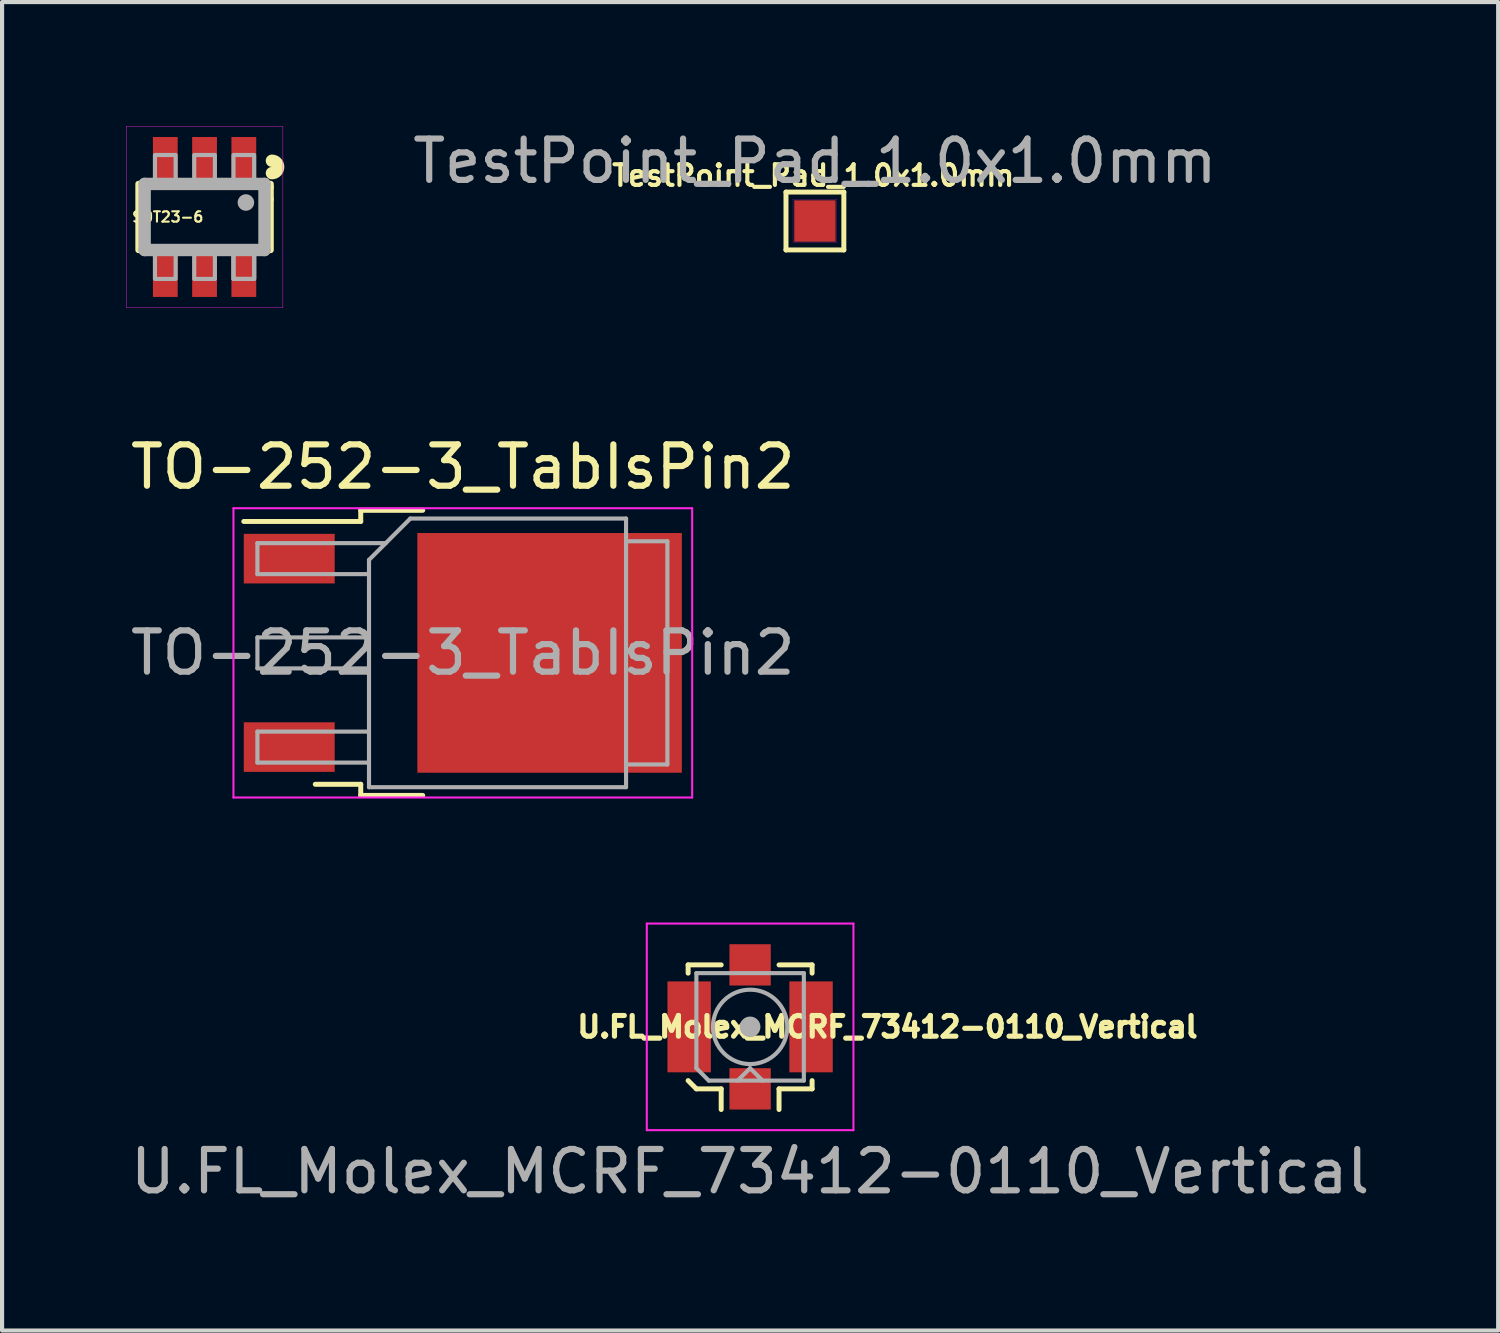
<source format=kicad_pcb>
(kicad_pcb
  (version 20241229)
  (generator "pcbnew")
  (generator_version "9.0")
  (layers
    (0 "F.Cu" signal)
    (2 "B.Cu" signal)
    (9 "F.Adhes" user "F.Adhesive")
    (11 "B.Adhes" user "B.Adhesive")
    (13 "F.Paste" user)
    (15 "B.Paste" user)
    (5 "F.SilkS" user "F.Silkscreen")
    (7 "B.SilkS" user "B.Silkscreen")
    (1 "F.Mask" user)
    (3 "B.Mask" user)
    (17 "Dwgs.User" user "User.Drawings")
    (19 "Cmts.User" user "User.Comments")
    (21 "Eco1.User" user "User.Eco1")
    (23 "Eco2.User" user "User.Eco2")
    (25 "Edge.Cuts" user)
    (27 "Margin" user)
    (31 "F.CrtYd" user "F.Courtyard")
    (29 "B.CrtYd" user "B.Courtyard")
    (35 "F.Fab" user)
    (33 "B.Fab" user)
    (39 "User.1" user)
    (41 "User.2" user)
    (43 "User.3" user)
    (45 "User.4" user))
  (footprint "TO-252-3_TabIsPin2"
    (layer "F.Cu")
    (at 8.149 12.748)
    (property "Reference" "TO-252-3_TabIsPin2" (at 0 -4.5 180) (layer "F.SilkS") (effects (font (size 1 1) (thickness 0.15))))
    (attr smd)
    (fp_line (start -2.47 -3.45) (end -2.47 -3.18) (stroke (width 0.12) (type solid)) (layer "F.SilkS"))
    (fp_line (start -2.47 -3.18) (end -5.3 -3.18) (stroke (width 0.12) (type solid)) (layer "F.SilkS"))
    (fp_line (start -2.47 3.18) (end -3.57 3.18) (stroke (width 0.12) (type solid)) (layer "F.SilkS"))
    (fp_line (start -2.47 3.45) (end -2.47 3.18) (stroke (width 0.12) (type solid)) (layer "F.SilkS"))
    (fp_line (start -0.97 -3.45) (end -2.47 -3.45) (stroke (width 0.12) (type solid)) (layer "F.SilkS"))
    (fp_line (start -0.97 3.45) (end -2.47 3.45) (stroke (width 0.12) (type solid)) (layer "F.SilkS"))
    (fp_line (start -5.55 -3.5) (end -5.55 3.5) (stroke (width 0.05) (type solid)) (layer "F.CrtYd"))
    (fp_line (start -5.55 3.5) (end 5.55 3.5) (stroke (width 0.05) (type solid)) (layer "F.CrtYd"))
    (fp_line (start 5.55 -3.5) (end -5.55 -3.5) (stroke (width 0.05) (type solid)) (layer "F.CrtYd"))
    (fp_line (start 5.55 3.5) (end 5.55 -3.5) (stroke (width 0.05) (type solid)) (layer "F.CrtYd"))
    (fp_line (start -4.97 -2.655) (end -4.97 -1.905) (stroke (width 0.1) (type solid)) (layer "F.Fab"))
    (fp_line (start -4.97 -1.905) (end -2.27 -1.905) (stroke (width 0.1) (type solid)) (layer "F.Fab"))
    (fp_line (start -4.97 -0.375) (end -4.97 0.375) (stroke (width 0.1) (type solid)) (layer "F.Fab"))
    (fp_line (start -4.97 0.375) (end -2.27 0.375) (stroke (width 0.1) (type solid)) (layer "F.Fab"))
    (fp_line (start -4.97 1.905) (end -4.97 2.655) (stroke (width 0.1) (type solid)) (layer "F.Fab"))
    (fp_line (start -4.97 2.655) (end -2.27 2.655) (stroke (width 0.1) (type solid)) (layer "F.Fab"))
    (fp_line (start -2.27 -2.25) (end -1.27 -3.25) (stroke (width 0.1) (type solid)) (layer "F.Fab"))
    (fp_line (start -2.27 -0.375) (end -4.97 -0.375) (stroke (width 0.1) (type solid)) (layer "F.Fab"))
    (fp_line (start -2.27 1.905) (end -4.97 1.905) (stroke (width 0.1) (type solid)) (layer "F.Fab"))
    (fp_line (start -2.27 3.25) (end -2.27 -2.25) (stroke (width 0.1) (type solid)) (layer "F.Fab"))
    (fp_line (start -1.865 -2.655) (end -4.97 -2.655) (stroke (width 0.1) (type solid)) (layer "F.Fab"))
    (fp_line (start -1.27 -3.25) (end 3.95 -3.25) (stroke (width 0.1) (type solid)) (layer "F.Fab"))
    (fp_line (start 3.95 -3.25) (end 3.95 3.25) (stroke (width 0.1) (type solid)) (layer "F.Fab"))
    (fp_line (start 3.95 -2.7) (end 4.95 -2.7) (stroke (width 0.1) (type solid)) (layer "F.Fab"))
    (fp_line (start 3.95 3.25) (end -2.27 3.25) (stroke (width 0.1) (type solid)) (layer "F.Fab"))
    (fp_line (start 4.95 -2.7) (end 4.95 2.7) (stroke (width 0.1) (type solid)) (layer "F.Fab"))
    (fp_line (start 4.95 2.7) (end 3.95 2.7) (stroke (width 0.1) (type solid)) (layer "F.Fab"))
    (fp_text user "${REFERENCE}" (at 0 0 180) (layer "F.Fab") (effects (font (size 1 1) (thickness 0.15))))
    (pad "" smd rect (at 0.425 -1.525) (size 3.05 2.75) (layers "F.Paste"))
    (pad "" smd rect (at 0.425 1.525) (size 3.05 2.75) (layers "F.Paste"))
    (pad "" smd rect (at 3.775 -1.525) (size 3.05 2.75) (layers "F.Paste"))
    (pad "" smd rect (at 3.775 1.525) (size 3.05 2.75) (layers "F.Paste"))
    (pad "1" smd rect (at -4.2 -2.28) (size 2.2 1.2) (layers "F.Cu" "F.Mask" "F.Paste"))
    (pad "2" smd rect (at 2.1 0) (size 6.4 5.8) (layers "F.Cu" "F.Mask"))
    (pad "3" smd rect (at -4.2 2.28) (size 2.2 1.2) (layers "F.Cu" "F.Mask" "F.Paste")))
  (footprint "TestPoint_Pad_1.0x1.0mm"
    (layer "F.Cu")
    (at 16.669 2.298)
    (property "Reference" "TestPoint_Pad_1.0x1.0mm" (at -0.04 -1.1 0) (layer "F.SilkS") (effects (font (size 0.5 0.5) (thickness 0.1))))
    (attr exclude_from_pos_files)
    (fp_line (start -0.7 -0.7) (end 0.7 -0.7) (stroke (width 0.12) (type solid)) (layer "F.SilkS"))
    (fp_line (start -0.7 0.7) (end -0.7 -0.7) (stroke (width 0.12) (type solid)) (layer "F.SilkS"))
    (fp_line (start 0.7 -0.7) (end 0.7 0.7) (stroke (width 0.12) (type solid)) (layer "F.SilkS"))
    (fp_line (start 0.7 0.7) (end -0.7 0.7) (stroke (width 0.12) (type solid)) (layer "F.SilkS"))
    (fp_line (start -0.53 -0.53) (end -0.53 0.53) (stroke (width 0.005) (type solid)) (layer "F.CrtYd"))
    (fp_line (start -0.53 -0.53) (end 0.53 -0.53) (stroke (width 0.005) (type solid)) (layer "F.CrtYd"))
    (fp_line (start 0.53 0.53) (end -0.53 0.53) (stroke (width 0.005) (type solid)) (layer "F.CrtYd"))
    (fp_line (start 0.53 0.53) (end 0.53 -0.53) (stroke (width 0.005) (type solid)) (layer "F.CrtYd"))
    (fp_text user "${REFERENCE}" (at 0 -1.45 0) (layer "F.Fab") (effects (font (size 1 1) (thickness 0.15))))
    (pad "1" smd rect (at 0 0) (size 1 1) (layers "F.Cu" "F.Mask")))
  (footprint "SOT23-6"
    (layer "F.Cu")
    (at 1.9 2.2)
    (property "Reference" "SOT23-6" (at 0 0 180) (layer "F.SilkS") (effects (font (size 0.25 0.25) (thickness 0.05)) (justify right)))
    (fp_poly (pts (xy -1.32 -0.755) (xy -0.58 -0.755) (xy -0.58 -1.945) (xy -1.32 -1.945)) (stroke (width 0) (type solid)) (fill yes) (layer "F.Mask"))
    (fp_poly (pts (xy -1.32 1.945) (xy -0.58 1.945) (xy -0.58 0.755) (xy -1.32 0.755)) (stroke (width 0) (type solid)) (fill yes) (layer "F.Mask"))
    (fp_poly (pts (xy -1.2 -0.8) (xy -0.7 -0.8) (xy -0.7 -1.5) (xy -1.2 -1.5)) (stroke (width 0) (type solid)) (fill yes) (layer "F.Mask"))
    (fp_poly (pts (xy -1.2 1.5) (xy -0.7 1.5) (xy -0.7 0.8) (xy -1.2 0.8)) (stroke (width 0) (type solid)) (fill yes) (layer "F.Mask"))
    (fp_poly (pts (xy -0.37 -0.755) (xy 0.37 -0.755) (xy 0.37 -1.945) (xy -0.37 -1.945)) (stroke (width 0) (type solid)) (fill yes) (layer "F.Mask"))
    (fp_poly (pts (xy -0.37 1.945) (xy 0.37 1.945) (xy 0.37 0.755) (xy -0.37 0.755)) (stroke (width 0) (type solid)) (fill yes) (layer "F.Mask"))
    (fp_poly (pts (xy -0.25 -0.8) (xy 0.25 -0.8) (xy 0.25 -1.5) (xy -0.25 -1.5)) (stroke (width 0) (type solid)) (fill yes) (layer "F.Mask"))
    (fp_poly (pts (xy -0.25 1.5) (xy 0.25 1.5) (xy 0.25 0.8) (xy -0.25 0.8)) (stroke (width 0) (type solid)) (fill yes) (layer "F.Mask"))
    (fp_poly (pts (xy 0.58 -0.755) (xy 1.32 -0.755) (xy 1.32 -1.945) (xy 0.58 -1.945)) (stroke (width 0) (type solid)) (fill yes) (layer "F.Mask"))
    (fp_poly (pts (xy 0.58 1.945) (xy 1.32 1.945) (xy 1.32 0.755) (xy 0.58 0.755)) (stroke (width 0) (type solid)) (fill yes) (layer "F.Mask"))
    (fp_poly (pts (xy 0.7 -0.8) (xy 1.2 -0.8) (xy 1.2 -1.5) (xy 0.7 -1.5)) (stroke (width 0) (type solid)) (fill yes) (layer "F.Mask"))
    (fp_poly (pts (xy 0.7 1.5) (xy 1.2 1.5) (xy 1.2 0.8) (xy 0.7 0.8)) (stroke (width 0) (type solid)) (fill yes) (layer "F.Mask"))
    (fp_line (start -1.6 0.8) (end -1.6 -0.8) (stroke (width 0.15) (type solid)) (layer "F.SilkS"))
    (fp_line (start 1.6 -0.8) (end 1.6 -0.725) (stroke (width 0.15) (type solid)) (layer "F.SilkS"))
    (fp_line (start 1.6 -0.725) (end 1.6 -0.425) (stroke (width 0.15) (type solid)) (layer "F.SilkS"))
    (fp_line (start 1.6 -0.425) (end 1.6 0.8) (stroke (width 0.15) (type solid)) (layer "F.SilkS"))
    (fp_arc (start 1.63 -1.36) (mid 1.78 -1.21) (end 1.63 -1.06) (stroke (width 0.3) (type solid)) (layer "F.SilkS"))
    (fp_poly (pts (xy -1.225 -0.85) (xy -0.675 -0.85) (xy -0.675 -1.85) (xy -1.225 -1.85)) (stroke (width 0) (type solid)) (fill yes) (layer "F.Paste"))
    (fp_poly (pts (xy -1.225 1.85) (xy -0.675 1.85) (xy -0.675 0.85) (xy -1.225 0.85)) (stroke (width 0) (type solid)) (fill yes) (layer "F.Paste"))
    (fp_poly (pts (xy -0.275 -0.85) (xy 0.275 -0.85) (xy 0.275 -1.85) (xy -0.275 -1.85)) (stroke (width 0) (type solid)) (fill yes) (layer "F.Paste"))
    (fp_poly (pts (xy -0.275 1.85) (xy 0.275 1.85) (xy 0.275 0.85) (xy -0.275 0.85)) (stroke (width 0) (type solid)) (fill yes) (layer "F.Paste"))
    (fp_poly (pts (xy 0.675 -0.85) (xy 1.225 -0.85) (xy 1.225 -1.85) (xy 0.675 -1.85)) (stroke (width 0) (type solid)) (fill yes) (layer "F.Paste"))
    (fp_poly (pts (xy 0.675 1.85) (xy 1.225 1.85) (xy 1.225 0.85) (xy 0.675 0.85)) (stroke (width 0) (type solid)) (fill yes) (layer "F.Paste"))
    (fp_line (start -1.895 -2.195) (end -1.895 2.195) (stroke (width 0.01) (type solid)) (layer "F.CrtYd"))
    (fp_line (start -1.895 2.195) (end 1.895 2.195) (stroke (width 0.01) (type solid)) (layer "F.CrtYd"))
    (fp_line (start 1.895 -2.195) (end -1.895 -2.195) (stroke (width 0.01) (type solid)) (layer "F.CrtYd"))
    (fp_line (start 1.895 2.195) (end 1.895 -2.195) (stroke (width 0.01) (type solid)) (layer "F.CrtYd"))
    (fp_line (start -1.45 -0.8) (end 1.45 -0.8) (stroke (width 0.3) (type solid)) (layer "F.Fab"))
    (fp_line (start -1.45 0.8) (end -1.45 -0.8) (stroke (width 0.3) (type solid)) (layer "F.Fab"))
    (fp_line (start 1.45 -0.8) (end 1.45 0.8) (stroke (width 0.3) (type solid)) (layer "F.Fab"))
    (fp_line (start 1.45 0.8) (end -1.45 0.8) (stroke (width 0.3) (type solid)) (layer "F.Fab"))
    (fp_circle (center 1 -0.35) (end 1.1 -0.35) (stroke (width 0.2) (type solid)) (fill no) (layer "F.Fab"))
    (fp_poly (pts (xy -1.2 -0.8) (xy -0.7 -0.8) (xy -0.7 -1.5) (xy -1.2 -1.5)) (stroke (width 0.1) (type solid)) (fill no) (layer "F.Fab"))
    (fp_poly (pts (xy -1.2 1.5) (xy -0.7 1.5) (xy -0.7 0.8) (xy -1.2 0.8)) (stroke (width 0.1) (type solid)) (fill no) (layer "F.Fab"))
    (fp_poly (pts (xy -0.25 -0.8) (xy 0.25 -0.8) (xy 0.25 -1.5) (xy -0.25 -1.5)) (stroke (width 0.1) (type solid)) (fill no) (layer "F.Fab"))
    (fp_poly (pts (xy -0.25 1.5) (xy 0.25 1.5) (xy 0.25 0.8) (xy -0.25 0.8)) (stroke (width 0.1) (type solid)) (fill no) (layer "F.Fab"))
    (fp_poly (pts (xy 0.7 -0.8) (xy 1.2 -0.8) (xy 1.2 -1.5) (xy 0.7 -1.5)) (stroke (width 0.1) (type solid)) (fill no) (layer "F.Fab"))
    (fp_poly (pts (xy 0.7 1.5) (xy 1.2 1.5) (xy 1.2 0.8) (xy 0.7 0.8)) (stroke (width 0.1) (type solid)) (fill no) (layer "F.Fab"))
    (fp_poly (pts (xy 0.7 1.5) (xy 1.2 1.5) (xy 1.2 0.8) (xy 0.7 0.8)) (stroke (width 0.1) (type solid)) (fill no) (layer "F.Fab"))
    (pad "1" smd rect (at 0.95 -1.31) (size 0.6 1.25) (layers "F.Cu"))
    (pad "2" smd rect (at 0 -1.31) (size 0.6 1.25) (layers "F.Cu"))
    (pad "3" smd rect (at -0.95 -1.31) (size 0.6 1.25) (layers "F.Cu"))
    (pad "4" smd rect (at -0.95 1.31) (size 0.6 1.25) (layers "F.Cu"))
    (pad "5" smd rect (at 0 1.31) (size 0.6 1.25) (layers "F.Cu"))
    (pad "6" smd rect (at 0.95 1.31 180) (size 0.6 1.25) (layers "F.Cu")))
  (footprint "U.FL_Molex_MCRF_73412-0110_Vertical"
    (layer "F.Cu")
    (at 15.101 21.798)
    (property "Reference" "U.FL_Molex_MCRF_73412-0110_Vertical" (at 3.325 0 180) (layer "F.SilkS") (effects (font (size 0.5 0.5) (thickness 0.125))))
    (attr smd)
    (fp_rect (start -0.94 0.254) (end 0.94 2.769) (stroke (width 0.12) (type solid)) (fill yes) (layer "F.Mask"))
    (fp_line (start -1.5 -1.5) (end -0.7 -1.5) (stroke (width 0.12) (type solid)) (layer "F.SilkS"))
    (fp_line (start -1.5 -1.3) (end -1.5 -1.5) (stroke (width 0.12) (type solid)) (layer "F.SilkS"))
    (fp_line (start -1.3 1.5) (end -1.5 1.3) (stroke (width 0.12) (type solid)) (layer "F.SilkS"))
    (fp_line (start -0.7 1.5) (end -1.3 1.5) (stroke (width 0.12) (type solid)) (layer "F.SilkS"))
    (fp_line (start -0.7 1.5) (end -0.7 2) (stroke (width 0.12) (type solid)) (layer "F.SilkS"))
    (fp_line (start 0.7 -1.5) (end 1.5 -1.5) (stroke (width 0.12) (type solid)) (layer "F.SilkS"))
    (fp_line (start 0.7 1.5) (end 0.7 2) (stroke (width 0.12) (type solid)) (layer "F.SilkS"))
    (fp_line (start 1.5 -1.5) (end 1.5 -1.3) (stroke (width 0.12) (type solid)) (layer "F.SilkS"))
    (fp_line (start 1.5 1.3) (end 1.5 1.5) (stroke (width 0.12) (type solid)) (layer "F.SilkS"))
    (fp_line (start 1.5 1.5) (end 0.7 1.5) (stroke (width 0.12) (type solid)) (layer "F.SilkS"))
    (fp_line (start -2.5 -2.5) (end -2.5 2.5) (stroke (width 0.05) (type solid)) (layer "F.CrtYd"))
    (fp_line (start -2.5 2.5) (end 2.5 2.5) (stroke (width 0.05) (type solid)) (layer "F.CrtYd"))
    (fp_line (start 2.5 -2.5) (end -2.5 -2.5) (stroke (width 0.05) (type solid)) (layer "F.CrtYd"))
    (fp_line (start 2.5 2.5) (end 2.5 -2.5) (stroke (width 0.05) (type solid)) (layer "F.CrtYd"))
    (fp_line (start -1.3 -1.3) (end -1.3 1) (stroke (width 0.1) (type solid)) (layer "F.Fab"))
    (fp_line (start -1.3 -1.3) (end 1.3 -1.3) (stroke (width 0.1) (type solid)) (layer "F.Fab"))
    (fp_line (start -1.3 1) (end -1 1.3) (stroke (width 0.1) (type solid)) (layer "F.Fab"))
    (fp_line (start -1 1.3) (end 1.3 1.3) (stroke (width 0.1) (type solid)) (layer "F.Fab"))
    (fp_line (start -0.3 1.3) (end 0 1) (stroke (width 0.1) (type solid)) (layer "F.Fab"))
    (fp_line (start 0 1) (end 0.3 1.3) (stroke (width 0.1) (type solid)) (layer "F.Fab"))
    (fp_line (start 1.3 -1.3) (end 1.3 1.3) (stroke (width 0.1) (type solid)) (layer "F.Fab"))
    (fp_circle (center 0 0) (end 0 0.05) (stroke (width 0.1) (type solid)) (fill no) (layer "F.Fab"))
    (fp_circle (center 0 0) (end 0 0.125) (stroke (width 0.1) (type solid)) (fill no) (layer "F.Fab"))
    (fp_circle (center 0 0) (end 0 0.2) (stroke (width 0.1) (type solid)) (fill no) (layer "F.Fab"))
    (fp_circle (center 0 0) (end 0.9 0) (stroke (width 0.1) (type solid)) (fill no) (layer "F.Fab"))
    (fp_text user "${REFERENCE}" (at 0 3.5 180) (layer "F.Fab") (effects (font (size 1 1) (thickness 0.15))))
    (pad "1" smd rect (at 0 1.5) (size 1 1) (layers "F.Cu" "F.Mask" "F.Paste"))
    (pad "2" smd rect (at -1.475 0) (size 1.05 2.2) (layers "F.Cu" "F.Mask" "F.Paste"))
    (pad "2" smd rect (at 0 -1.5) (size 1 1) (layers "F.Cu" "F.Mask" "F.Paste"))
    (pad "2" smd rect (at 1.475 0) (size 1.05 2.2) (layers "F.Cu" "F.Mask" "F.Paste"))
    (zone (net_name "") (layer "F.Cu") (hatch edge 0.508) (connect_pads) (min_thickness 0.254) (filled_areas_thickness no) (keepout (tracks allowed) (vias allowed) (pads allowed) (copperpour not_allowed) (footprints allowed)) (placement (enabled no)) (fill) (polygon (pts (xy 16.092 24.618) (xy 14.111 24.618) (xy 14.111 22.001) (xy 16.092 22.001)))))
  (gr_rect
    (start -3 -3)
    (end 33.202 29.146)
    (stroke (width 0.1) (type default))
    (fill no)
    (layer "Edge.Cuts")))
</source>
